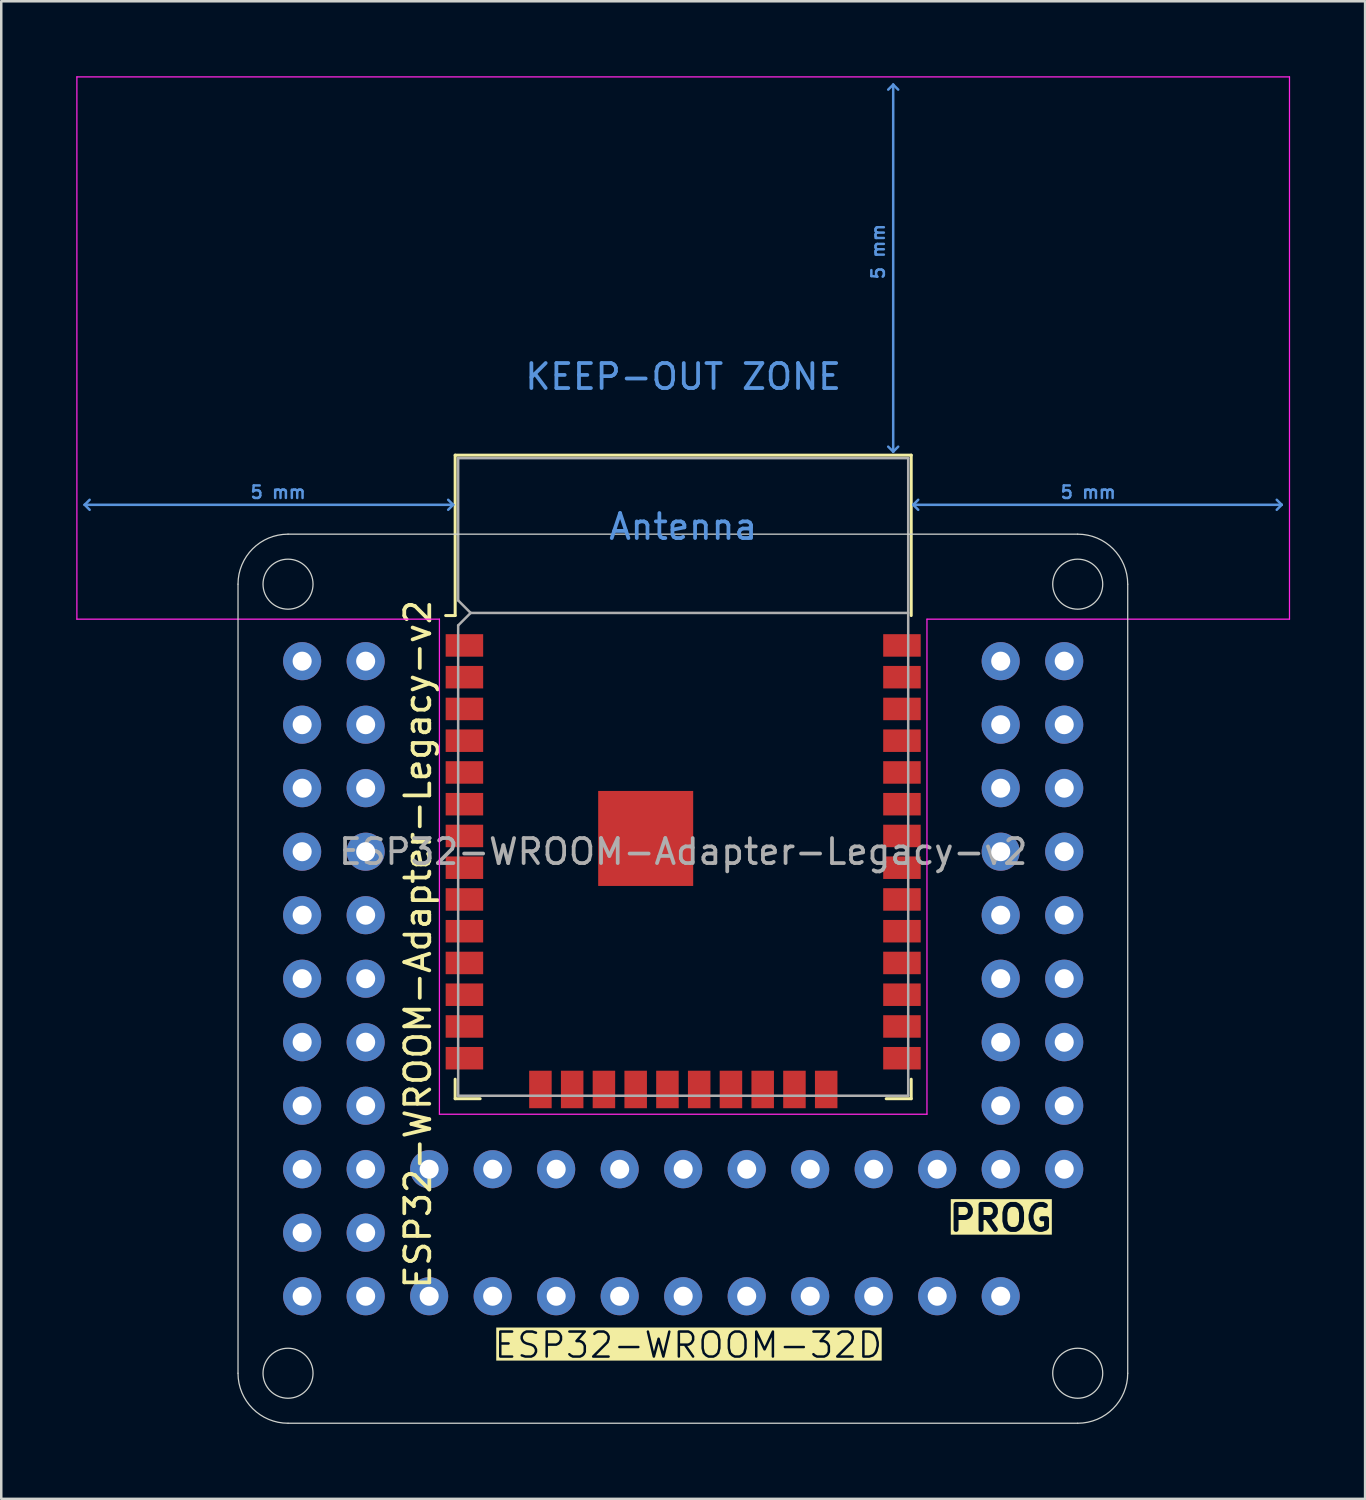
<source format=kicad_pcb>
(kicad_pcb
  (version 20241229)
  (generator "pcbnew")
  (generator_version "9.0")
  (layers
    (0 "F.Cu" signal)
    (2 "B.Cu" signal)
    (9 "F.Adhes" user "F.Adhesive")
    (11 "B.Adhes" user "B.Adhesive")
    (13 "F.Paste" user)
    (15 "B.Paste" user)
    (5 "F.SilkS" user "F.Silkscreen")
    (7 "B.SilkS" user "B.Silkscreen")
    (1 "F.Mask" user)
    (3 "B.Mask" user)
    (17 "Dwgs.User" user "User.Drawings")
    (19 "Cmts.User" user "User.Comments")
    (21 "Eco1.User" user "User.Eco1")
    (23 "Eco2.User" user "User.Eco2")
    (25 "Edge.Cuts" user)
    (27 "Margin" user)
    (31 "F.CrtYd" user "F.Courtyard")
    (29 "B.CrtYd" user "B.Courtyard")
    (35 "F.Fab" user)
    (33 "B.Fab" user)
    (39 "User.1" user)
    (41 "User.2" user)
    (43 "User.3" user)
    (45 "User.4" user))
  (footprint "ESP32-WROOM-Adapter-Legacy-v2"
    (layer "F.Cu")
    (at 24.275 31.015)
    (property "Reference" "ESP32-WROOM-Adapter-Legacy-v2" (at -10.61 3.7 90) (layer "F.SilkS") (effects (font (size 1 1) (thickness 0.15))))
    (attr through_hole)
    (fp_line (start -9.12 -15.86) (end -9.12 -9.445) (stroke (width 0.12) (type solid)) (layer "F.SilkS"))
    (fp_line (start -9.12 -15.86) (end 9.12 -15.86) (stroke (width 0.12) (type solid)) (layer "F.SilkS"))
    (fp_line (start -9.12 -9.445) (end -9.5 -9.445) (stroke (width 0.12) (type solid)) (layer "F.SilkS"))
    (fp_line (start -9.12 9.1) (end -9.12 9.88) (stroke (width 0.12) (type solid)) (layer "F.SilkS"))
    (fp_line (start -9.12 9.88) (end -8.12 9.88) (stroke (width 0.12) (type solid)) (layer "F.SilkS"))
    (fp_line (start 9.12 -15.86) (end 9.12 -9.445) (stroke (width 0.12) (type solid)) (layer "F.SilkS"))
    (fp_line (start 9.12 9.1) (end 9.12 9.88) (stroke (width 0.12) (type solid)) (layer "F.SilkS"))
    (fp_line (start 9.12 9.88) (end 8.12 9.88) (stroke (width 0.12) (type solid)) (layer "F.SilkS"))
    (fp_line (start -23.94 -13.875) (end -23.74 -14.075) (stroke (width 0.1) (type solid)) (layer "Cmts.User"))
    (fp_line (start -23.94 -13.875) (end -23.74 -13.675) (stroke (width 0.1) (type solid)) (layer "Cmts.User"))
    (fp_line (start -23.94 -13.875) (end -9.2 -13.875) (stroke (width 0.1) (type solid)) (layer "Cmts.User"))
    (fp_line (start -9.2 -13.875) (end -9.4 -14.075) (stroke (width 0.1) (type solid)) (layer "Cmts.User"))
    (fp_line (start -9.2 -13.875) (end -9.4 -13.675) (stroke (width 0.1) (type solid)) (layer "Cmts.User"))
    (fp_line (start 8.4 -30.68) (end 8.2 -30.48) (stroke (width 0.1) (type solid)) (layer "Cmts.User"))
    (fp_line (start 8.4 -30.68) (end 8.6 -30.48) (stroke (width 0.1) (type solid)) (layer "Cmts.User"))
    (fp_line (start 8.4 -16) (end 8.2 -16.2) (stroke (width 0.1) (type solid)) (layer "Cmts.User"))
    (fp_line (start 8.4 -16) (end 8.4 -30.68) (stroke (width 0.1) (type solid)) (layer "Cmts.User"))
    (fp_line (start 8.4 -16) (end 8.6 -16.2) (stroke (width 0.1) (type solid)) (layer "Cmts.User"))
    (fp_line (start 9.2 -13.875) (end 9.4 -14.075) (stroke (width 0.1) (type solid)) (layer "Cmts.User"))
    (fp_line (start 9.2 -13.875) (end 9.4 -13.675) (stroke (width 0.1) (type solid)) (layer "Cmts.User"))
    (fp_line (start 9.2 -13.875) (end 23.94 -13.875) (stroke (width 0.1) (type solid)) (layer "Cmts.User"))
    (fp_line (start 23.94 -13.875) (end 23.74 -14.075) (stroke (width 0.1) (type solid)) (layer "Cmts.User"))
    (fp_line (start 23.94 -13.875) (end 23.74 -13.675) (stroke (width 0.1) (type solid)) (layer "Cmts.User"))
    (fp_line (start -17.805 20.86) (end -17.805 -10.7) (stroke (width 0.05) (type default)) (layer "Edge.Cuts"))
    (fp_line (start -15.805 -12.7) (end 15.78 -12.7) (stroke (width 0.05) (type default)) (layer "Edge.Cuts"))
    (fp_line (start 15.78 22.86) (end -15.805 22.86) (stroke (width 0.05) (type default)) (layer "Edge.Cuts"))
    (fp_line (start 17.78 -10.7) (end 17.78 20.86) (stroke (width 0.05) (type default)) (layer "Edge.Cuts"))
    (fp_arc (start -17.8054 -10.7) (mid -17.219614 -12.114214) (end -15.8054 -12.7) (stroke (width 0.05) (type default)) (layer "Edge.Cuts"))
    (fp_arc (start -15.8054 22.86) (mid -17.219614 22.274214) (end -17.8054 20.86) (stroke (width 0.05) (type default)) (layer "Edge.Cuts"))
    (fp_arc (start 15.78 -12.7) (mid 17.194214 -12.114214) (end 17.78 -10.7) (stroke (width 0.05) (type default)) (layer "Edge.Cuts"))
    (fp_arc (start 17.78 20.86) (mid 17.194214 22.274214) (end 15.78 22.86) (stroke (width 0.05) (type default)) (layer "Edge.Cuts"))
    (fp_circle (center -15.805 -10.7) (end -14.805 -10.7) (stroke (width 0.05) (type default)) (fill no) (layer "Edge.Cuts"))
    (fp_circle (center -15.805 20.86) (end -14.805 20.86) (stroke (width 0.05) (type default)) (fill no) (layer "Edge.Cuts"))
    (fp_circle (center 15.78 -10.7) (end 16.78 -10.7) (stroke (width 0.05) (type default)) (fill no) (layer "Edge.Cuts"))
    (fp_circle (center 15.78 20.86) (end 16.78 20.86) (stroke (width 0.05) (type default)) (fill no) (layer "Edge.Cuts"))
    (fp_line (start -24.25 -30.99) (end -24.25 -9.3) (stroke (width 0.05) (type solid)) (layer "F.CrtYd"))
    (fp_line (start -24.25 -30.99) (end 24.25 -30.99) (stroke (width 0.05) (type solid)) (layer "F.CrtYd"))
    (fp_line (start -24.25 -9.3) (end -9.75 -9.3) (stroke (width 0.05) (type solid)) (layer "F.CrtYd"))
    (fp_line (start -9.75 10.5) (end -9.75 -9.3) (stroke (width 0.05) (type solid)) (layer "F.CrtYd"))
    (fp_line (start -9.75 10.5) (end 9.75 10.5) (stroke (width 0.05) (type solid)) (layer "F.CrtYd"))
    (fp_line (start 9.75 -9.3) (end 9.75 10.5) (stroke (width 0.05) (type solid)) (layer "F.CrtYd"))
    (fp_line (start 9.75 -9.3) (end 24.25 -9.3) (stroke (width 0.05) (type solid)) (layer "F.CrtYd"))
    (fp_line (start 24.25 -30.99) (end 24.25 -9.3) (stroke (width 0.05) (type solid)) (layer "F.CrtYd"))
    (fp_line (start -9 -15.74) (end -9 -10.05) (stroke (width 0.1) (type solid)) (layer "F.Fab"))
    (fp_line (start -9 -15.74) (end 9 -15.74) (stroke (width 0.1) (type solid)) (layer "F.Fab"))
    (fp_line (start -9 -9.05) (end -9 9.76) (stroke (width 0.1) (type solid)) (layer "F.Fab"))
    (fp_line (start -9 -9.05) (end -8.5 -9.55) (stroke (width 0.1) (type solid)) (layer "F.Fab"))
    (fp_line (start -9 9.76) (end 9 9.76) (stroke (width 0.1) (type solid)) (layer "F.Fab"))
    (fp_line (start -8.5 -9.55) (end -9 -10.05) (stroke (width 0.1) (type solid)) (layer "F.Fab"))
    (fp_line (start -8.5 -9.55) (end 9 -9.55) (stroke (width 0.1) (type solid)) (layer "F.Fab"))
    (fp_line (start 9 9.76) (end 9 -15.74) (stroke (width 0.1) (type solid)) (layer "F.Fab"))
    (fp_text user "PROG" (at 12.7 15.24 0) (unlocked yes) (layer "F.SilkS" knockout) (effects (font (size 1 1) (thickness 0.2) (bold yes)) (justify bottom)))
    (fp_text user "ESP32-WROOM-32D" (at -7.62 20.32 0) (unlocked yes) (layer "F.SilkS" knockout) (effects (font (size 1 1) (thickness 0.1)) (justify left bottom)))
    (fp_text user "5 mm" (at 7.8 -24 90) (layer "Cmts.User") (effects (font (size 0.5 0.5) (thickness 0.1))))
    (fp_text user "Antenna" (at 0 -13 0) (layer "Cmts.User") (effects (font (size 1 1) (thickness 0.15))))
    (fp_text user "5 mm" (at -16.2 -14.375 0) (layer "Cmts.User") (effects (font (size 0.5 0.5) (thickness 0.1))))
    (fp_text user "5 mm" (at 16.2 -14.375 0) (layer "Cmts.User") (effects (font (size 0.5 0.5) (thickness 0.1))))
    (fp_text user "KEEP-OUT ZONE" (at 0 -19 0) (layer "Cmts.User") (effects (font (size 1 1) (thickness 0.15))))
    (fp_text user "${REFERENCE}" (at 0 0 0) (layer "F.Fab") (effects (font (size 1 1) (thickness 0.15))))
    (pad "" thru_hole circle (at -15.24 10.16) (size 1.524 1.524) (drill 0.762) (layers "*.Cu" "*.Mask"))
    (pad "" thru_hole circle (at -15.24 17.78 90) (size 1.524 1.524) (drill 0.762) (layers "*.Cu" "*.Mask"))
    (pad "" thru_hole circle (at -12.7 10.16) (size 1.524 1.524) (drill 0.762) (layers "*.Cu" "*.Mask"))
    (pad "" thru_hole circle (at -12.7 17.78 90) (size 1.524 1.524) (drill 0.762) (layers "*.Cu" "*.Mask"))
    (pad "" thru_hole circle (at -10.16 17.78 90) (size 1.524 1.524) (drill 0.762) (layers "*.Cu" "*.Mask"))
    (pad "" thru_hole circle (at -7.62 17.78 90) (size 1.524 1.524) (drill 0.762) (layers "*.Cu" "*.Mask"))
    (pad "" thru_hole circle (at -5.08 17.78 90) (size 1.524 1.524) (drill 0.762) (layers "*.Cu" "*.Mask"))
    (pad "" thru_hole circle (at -2.54 17.78 90) (size 1.524 1.524) (drill 0.762) (layers "*.Cu" "*.Mask"))
    (pad "" thru_hole circle (at 0 17.78 90) (size 1.524 1.524) (drill 0.762) (layers "*.Cu" "*.Mask"))
    (pad "" thru_hole circle (at 2.54 17.78 90) (size 1.524 1.524) (drill 0.762) (layers "*.Cu" "*.Mask"))
    (pad "" thru_hole circle (at 5.08 17.78 90) (size 1.524 1.524) (drill 0.762) (layers "*.Cu" "*.Mask"))
    (pad "" thru_hole circle (at 7.62 17.78 90) (size 1.524 1.524) (drill 0.762) (layers "*.Cu" "*.Mask"))
    (pad "" thru_hole circle (at 10.16 17.78 90) (size 1.524 1.524) (drill 0.762) (layers "*.Cu" "*.Mask"))
    (pad "" thru_hole circle (at 12.7 17.78 90) (size 1.524 1.524) (drill 0.762) (layers "*.Cu" "*.Mask"))
    (pad "" thru_hole circle (at 15.24 12.7 90) (size 1.524 1.524) (drill 0.762) (layers "*.Cu" "*.Mask"))
    (pad "1" thru_hole circle (at -15.24 -7.62) (size 1.524 1.524) (drill 0.762) (layers "*.Cu" "*.Mask"))
    (pad "1" smd rect (at -8.75 -8.25) (size 1.5 0.9) (layers "F.Cu" "F.Mask" "F.Paste"))
    (pad "2" thru_hole circle (at -15.24 15.24 90) (size 1.524 1.524) (drill 0.762) (layers "*.Cu" "*.Mask"))
    (pad "2" thru_hole circle (at -12.7 -7.62) (size 1.524 1.524) (drill 0.762) (layers "*.Cu" "*.Mask"))
    (pad "2" smd rect (at -8.75 -6.98) (size 1.5 0.9) (layers "F.Cu" "F.Mask" "F.Paste"))
    (pad "3" thru_hole circle (at -15.24 -5.08) (size 1.524 1.524) (drill 0.762) (layers "*.Cu" "*.Mask"))
    (pad "3" smd rect (at -8.75 -5.71) (size 1.5 0.9) (layers "F.Cu" "F.Mask" "F.Paste"))
    (pad "4" thru_hole circle (at -12.7 -5.08) (size 1.524 1.524) (drill 0.762) (layers "*.Cu" "*.Mask"))
    (pad "4" smd rect (at -8.75 -4.44) (size 1.5 0.9) (layers "F.Cu" "F.Mask" "F.Paste"))
    (pad "5" thru_hole circle (at -15.24 -2.54) (size 1.524 1.524) (drill 0.762) (layers "*.Cu" "*.Mask"))
    (pad "5" smd rect (at -8.75 -3.17) (size 1.5 0.9) (layers "F.Cu" "F.Mask" "F.Paste"))
    (pad "6" thru_hole circle (at -12.7 -2.54) (size 1.524 1.524) (drill 0.762) (layers "*.Cu" "*.Mask"))
    (pad "6" smd rect (at -8.75 -1.9) (size 1.5 0.9) (layers "F.Cu" "F.Mask" "F.Paste"))
    (pad "7" thru_hole circle (at -15.24 0) (size 1.524 1.524) (drill 0.762) (layers "*.Cu" "*.Mask"))
    (pad "7" smd rect (at -8.75 -0.63) (size 1.5 0.9) (layers "F.Cu" "F.Mask" "F.Paste"))
    (pad "8" thru_hole circle (at -12.7 0) (size 1.524 1.524) (drill 0.762) (layers "*.Cu" "*.Mask"))
    (pad "8" smd rect (at -8.75 0.64) (size 1.5 0.9) (layers "F.Cu" "F.Mask" "F.Paste"))
    (pad "9" thru_hole circle (at -15.24 2.54) (size 1.524 1.524) (drill 0.762) (layers "*.Cu" "*.Mask"))
    (pad "9" smd rect (at -8.75 1.91) (size 1.5 0.9) (layers "F.Cu" "F.Mask" "F.Paste"))
    (pad "10" thru_hole circle (at -12.7 2.54) (size 1.524 1.524) (drill 0.762) (layers "*.Cu" "*.Mask"))
    (pad "10" smd rect (at -8.75 3.18) (size 1.5 0.9) (layers "F.Cu" "F.Mask" "F.Paste"))
    (pad "11" thru_hole circle (at -15.24 5.08) (size 1.524 1.524) (drill 0.762) (layers "*.Cu" "*.Mask"))
    (pad "11" smd rect (at -8.75 4.45) (size 1.5 0.9) (layers "F.Cu" "F.Mask" "F.Paste"))
    (pad "12" thru_hole circle (at -12.7 5.08) (size 1.524 1.524) (drill 0.762) (layers "*.Cu" "*.Mask"))
    (pad "12" smd rect (at -8.75 5.72) (size 1.5 0.9) (layers "F.Cu" "F.Mask" "F.Paste"))
    (pad "13" thru_hole circle (at -15.24 7.62) (size 1.524 1.524) (drill 0.762) (layers "*.Cu" "*.Mask"))
    (pad "13" smd rect (at -8.75 6.99) (size 1.5 0.9) (layers "F.Cu" "F.Mask" "F.Paste"))
    (pad "14" thru_hole circle (at -12.7 7.62) (size 1.524 1.524) (drill 0.762) (layers "*.Cu" "*.Mask"))
    (pad "14" smd rect (at -8.75 8.26) (size 1.5 0.9) (layers "F.Cu" "F.Mask" "F.Paste"))
    (pad "15" thru_hole circle (at -15.24 12.7 90) (size 1.524 1.524) (drill 0.762) (layers "*.Cu" "*.Mask"))
    (pad "15" thru_hole circle (at -12.7 12.7 90) (size 1.524 1.524) (drill 0.762) (layers "*.Cu" "*.Mask"))
    (pad "15" thru_hole circle (at -12.7 15.24 90) (size 1.524 1.524) (drill 0.762) (layers "*.Cu" "*.Mask"))
    (pad "15" thru_hole circle (at -10.16 12.7 90) (size 1.524 1.524) (drill 0.762) (layers "*.Cu" "*.Mask"))
    (pad "15" smd rect (at -5.71 9.51 90) (size 1.5 0.9) (layers "F.Cu" "F.Mask" "F.Paste"))
    (pad "16" thru_hole circle (at -7.62 12.7 90) (size 1.524 1.524) (drill 0.762) (layers "*.Cu" "*.Mask"))
    (pad "16" smd rect (at -4.44 9.51 90) (size 1.5 0.9) (layers "F.Cu" "F.Mask" "F.Paste"))
    (pad "17" thru_hole circle (at -5.08 12.7 90) (size 1.524 1.524) (drill 0.762) (layers "*.Cu" "*.Mask"))
    (pad "17" smd rect (at -3.17 9.51 90) (size 1.5 0.9) (layers "F.Cu" "F.Mask" "F.Paste"))
    (pad "18" thru_hole circle (at -2.54 12.7 90) (size 1.524 1.524) (drill 0.762) (layers "*.Cu" "*.Mask"))
    (pad "18" smd rect (at -1.9 9.51 90) (size 1.5 0.9) (layers "F.Cu" "F.Mask" "F.Paste"))
    (pad "19" smd rect (at -0.63 9.51 90) (size 1.5 0.9) (layers "F.Cu" "F.Mask" "F.Paste"))
    (pad "19" thru_hole circle (at 0 12.7 90) (size 1.524 1.524) (drill 0.762) (layers "*.Cu" "*.Mask"))
    (pad "20" smd rect (at 0.64 9.51 90) (size 1.5 0.9) (layers "F.Cu" "F.Mask" "F.Paste"))
    (pad "20" thru_hole circle (at 2.54 12.7 90) (size 1.524 1.524) (drill 0.762) (layers "*.Cu" "*.Mask"))
    (pad "21" smd rect (at 1.91 9.51 90) (size 1.5 0.9) (layers "F.Cu" "F.Mask" "F.Paste"))
    (pad "21" thru_hole circle (at 5.08 12.7 90) (size 1.524 1.524) (drill 0.762) (layers "*.Cu" "*.Mask"))
    (pad "22" smd rect (at 3.18 9.51 90) (size 1.5 0.9) (layers "F.Cu" "F.Mask" "F.Paste"))
    (pad "22" thru_hole circle (at 7.62 12.7 90) (size 1.524 1.524) (drill 0.762) (layers "*.Cu" "*.Mask"))
    (pad "23" smd rect (at 4.45 9.51 90) (size 1.5 0.9) (layers "F.Cu" "F.Mask" "F.Paste"))
    (pad "23" thru_hole circle (at 10.16 12.7 90) (size 1.524 1.524) (drill 0.762) (layers "*.Cu" "*.Mask"))
    (pad "24" smd rect (at 5.72 9.51 90) (size 1.5 0.9) (layers "F.Cu" "F.Mask" "F.Paste"))
    (pad "24" thru_hole circle (at 12.7 12.7 90) (size 1.524 1.524) (drill 0.762) (layers "*.Cu" "*.Mask"))
    (pad "25" smd rect (at 8.75 8.26) (size 1.5 0.9) (layers "F.Cu" "F.Mask" "F.Paste"))
    (pad "25" thru_hole circle (at 12.7 10.16) (size 1.524 1.524) (drill 0.762) (layers "*.Cu" "*.Mask"))
    (pad "25" thru_hole circle (at 15.24 7.62) (size 1.524 1.524) (drill 0.762) (layers "*.Cu" "*.Mask"))
    (pad "26" smd rect (at 8.75 6.99) (size 1.5 0.9) (layers "F.Cu" "F.Mask" "F.Paste"))
    (pad "26" thru_hole circle (at 12.7 7.62) (size 1.524 1.524) (drill 0.762) (layers "*.Cu" "*.Mask"))
    (pad "27" smd rect (at 8.75 5.72) (size 1.5 0.9) (layers "F.Cu" "F.Mask" "F.Paste"))
    (pad "27" thru_hole circle (at 15.24 5.08) (size 1.524 1.524) (drill 0.762) (layers "*.Cu" "*.Mask"))
    (pad "28" smd rect (at 8.75 4.45) (size 1.5 0.9) (layers "F.Cu" "F.Mask" "F.Paste"))
    (pad "28" thru_hole circle (at 12.7 5.08) (size 1.524 1.524) (drill 0.762) (layers "*.Cu" "*.Mask"))
    (pad "29" smd rect (at 8.75 3.18) (size 1.5 0.9) (layers "F.Cu" "F.Mask" "F.Paste"))
    (pad "29" thru_hole circle (at 15.24 2.54) (size 1.524 1.524) (drill 0.762) (layers "*.Cu" "*.Mask"))
    (pad "30" smd rect (at 8.75 1.91) (size 1.5 0.9) (layers "F.Cu" "F.Mask" "F.Paste"))
    (pad "30" thru_hole circle (at 12.7 2.54) (size 1.524 1.524) (drill 0.762) (layers "*.Cu" "*.Mask"))
    (pad "31" smd rect (at 8.75 0.64) (size 1.5 0.9) (layers "F.Cu" "F.Mask" "F.Paste"))
    (pad "31" thru_hole circle (at 15.24 0) (size 1.524 1.524) (drill 0.762) (layers "*.Cu" "*.Mask"))
    (pad "32" smd rect (at 8.75 -0.63) (size 1.5 0.9) (layers "F.Cu" "F.Mask" "F.Paste"))
    (pad "32" thru_hole circle (at 12.7 0) (size 1.524 1.524) (drill 0.762) (layers "*.Cu" "*.Mask"))
    (pad "33" smd rect (at 8.75 -1.9) (size 1.5 0.9) (layers "F.Cu" "F.Mask" "F.Paste"))
    (pad "33" thru_hole circle (at 15.24 -2.54) (size 1.524 1.524) (drill 0.762) (layers "*.Cu" "*.Mask"))
    (pad "34" smd rect (at 8.75 -3.17) (size 1.5 0.9) (layers "F.Cu" "F.Mask" "F.Paste"))
    (pad "34" thru_hole circle (at 12.7 -2.54) (size 1.524 1.524) (drill 0.762) (layers "*.Cu" "*.Mask"))
    (pad "35" smd rect (at 8.75 -4.44) (size 1.5 0.9) (layers "F.Cu" "F.Mask" "F.Paste"))
    (pad "35" thru_hole circle (at 15.24 -5.08) (size 1.524 1.524) (drill 0.762) (layers "*.Cu" "*.Mask"))
    (pad "36" smd rect (at 8.75 -5.71) (size 1.5 0.9) (layers "F.Cu" "F.Mask" "F.Paste"))
    (pad "36" thru_hole circle (at 12.7 -5.08) (size 1.524 1.524) (drill 0.762) (layers "*.Cu" "*.Mask"))
    (pad "37" smd rect (at 8.75 -6.98) (size 1.5 0.9) (layers "F.Cu" "F.Mask" "F.Paste"))
    (pad "37" thru_hole circle (at 15.24 -7.62) (size 1.524 1.524) (drill 0.762) (layers "*.Cu" "*.Mask"))
    (pad "38" smd rect (at 8.75 -8.25) (size 1.5 0.9) (layers "F.Cu" "F.Mask" "F.Paste"))
    (pad "38" thru_hole circle (at 12.7 -7.62) (size 1.524 1.524) (drill 0.762) (layers "*.Cu" "*.Mask"))
    (pad "38" thru_hole circle (at 15.24 10.16) (size 1.524 1.524) (drill 0.762) (layers "*.Cu" "*.Mask"))
    (pad "39" smd rect (at -1.5 -0.53) (size 3.8 3.8) (layers "F.Cu" "F.Mask"))
    (zone (net_name "") (layers "F.Cu" "B.Cu") (hatch full 0.508) (connect_pads) (min_thickness 0.254) (filled_areas_thickness no) (keepout (tracks not_allowed) (vias not_allowed) (pads not_allowed) (copperpour not_allowed) (footprints not_allowed)) (placement (enabled no)) (fill) (polygon (pts (xy 0.275 21.465) (xy 48.275 21.465) (xy 48.275 0.275) (xy 0.275 0.275)))))
  (gr_rect
    (start -3 -3)
    (end 51.55 56.9)
    (stroke (width 0.1) (type default))
    (fill no)
    (layer "Edge.Cuts")))
</source>
